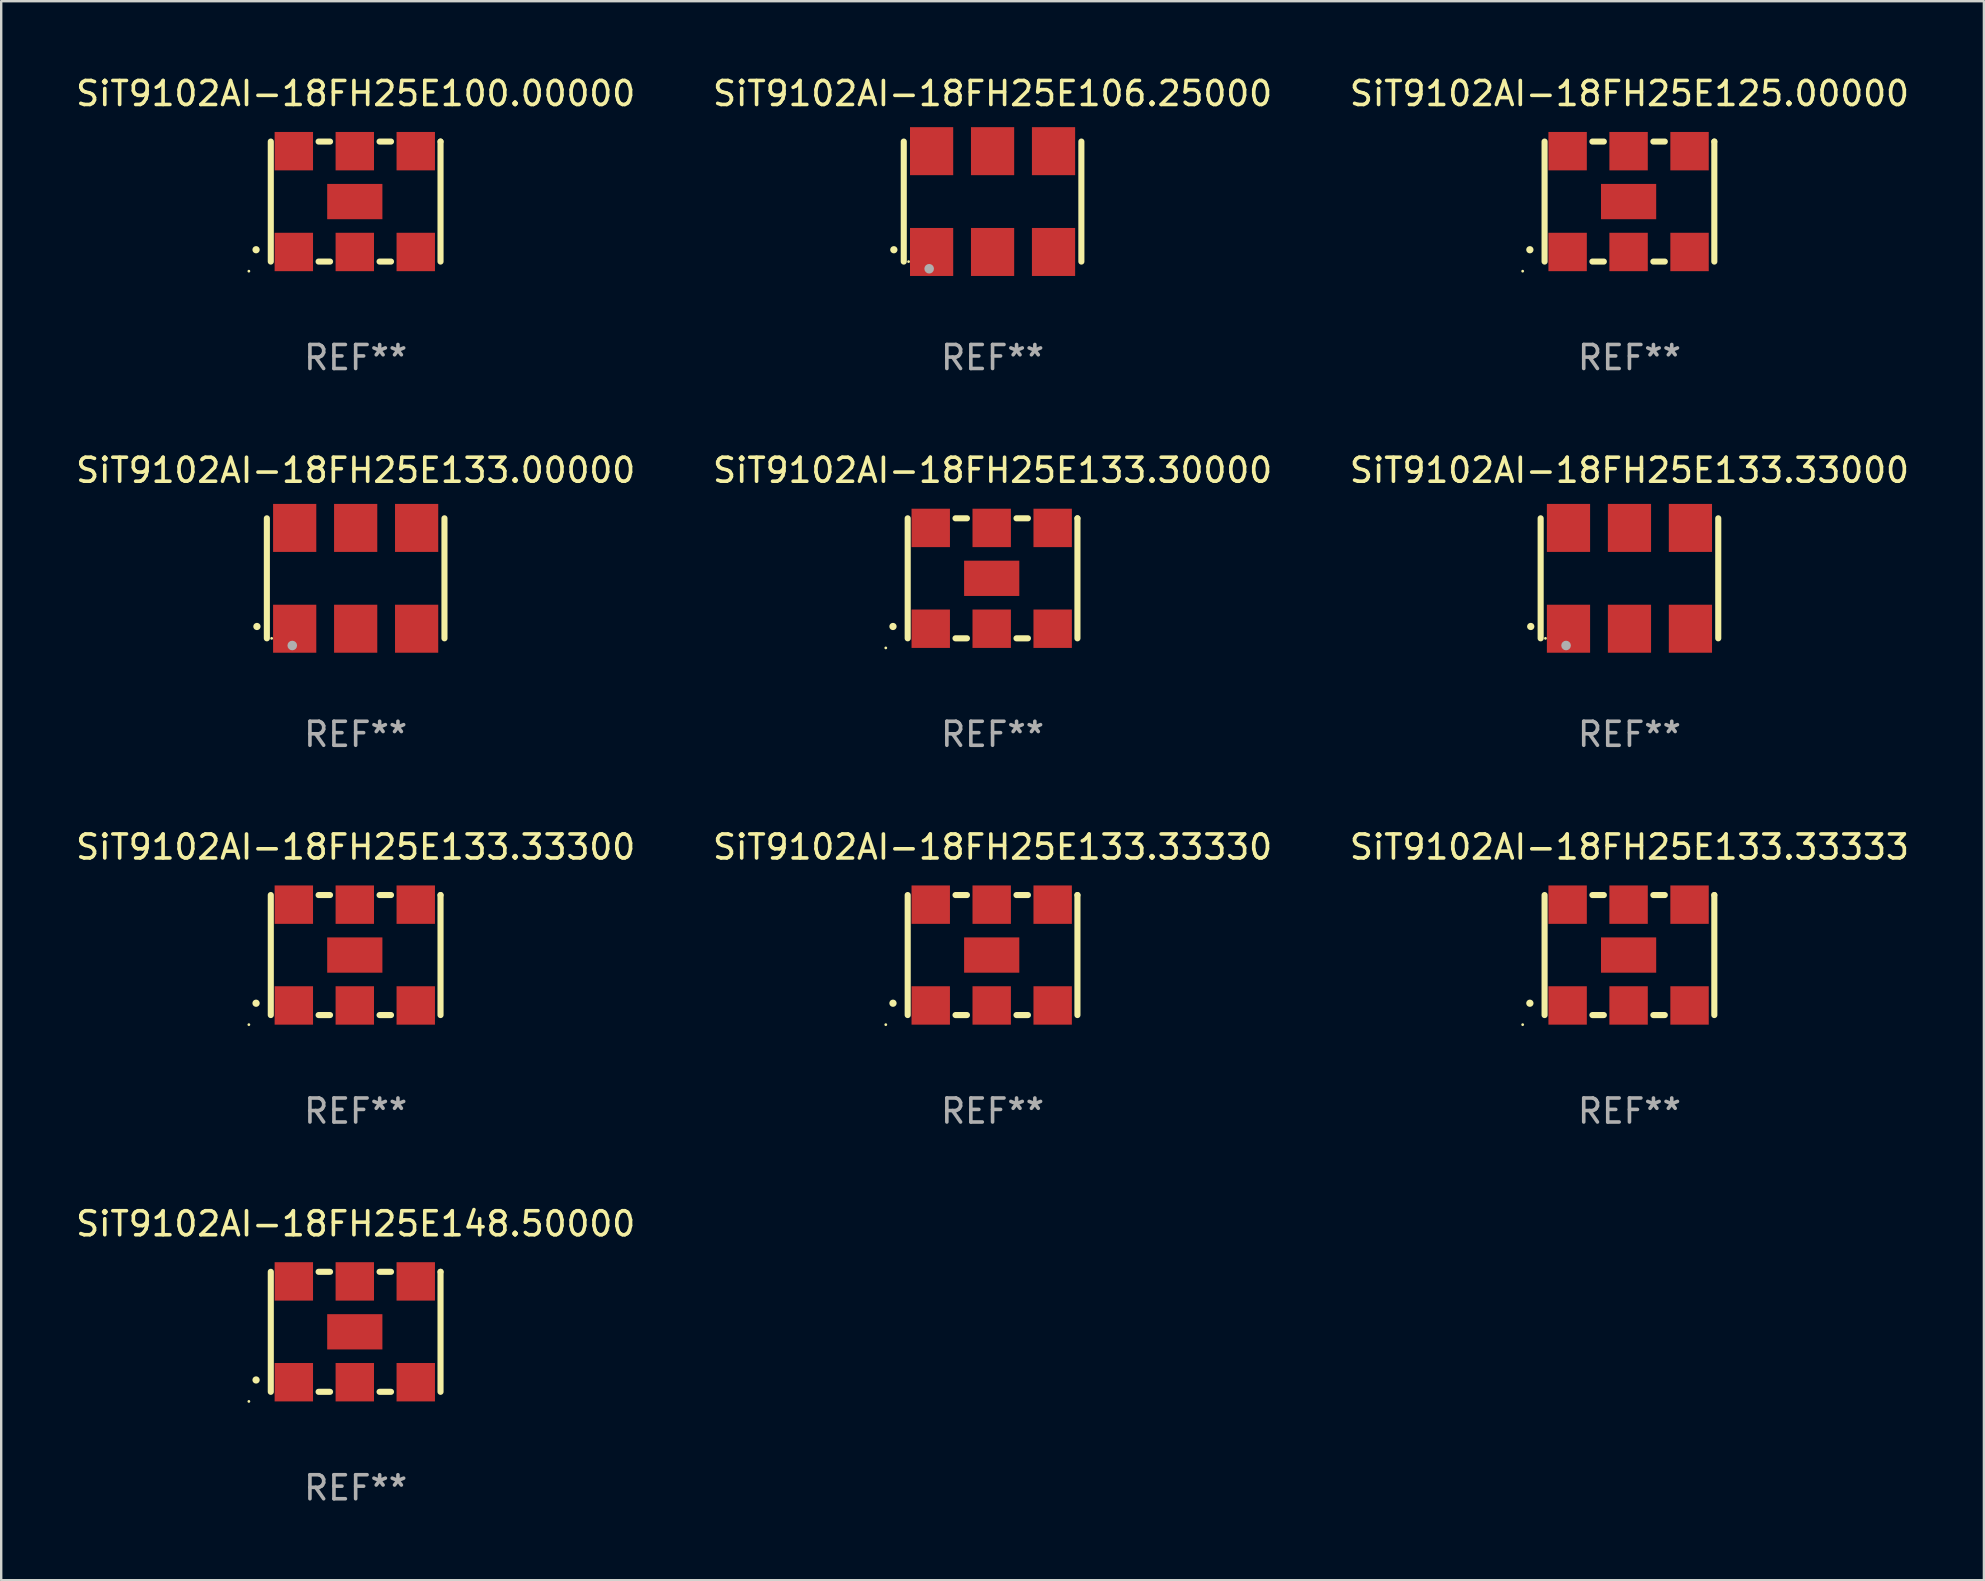
<source format=kicad_pcb>
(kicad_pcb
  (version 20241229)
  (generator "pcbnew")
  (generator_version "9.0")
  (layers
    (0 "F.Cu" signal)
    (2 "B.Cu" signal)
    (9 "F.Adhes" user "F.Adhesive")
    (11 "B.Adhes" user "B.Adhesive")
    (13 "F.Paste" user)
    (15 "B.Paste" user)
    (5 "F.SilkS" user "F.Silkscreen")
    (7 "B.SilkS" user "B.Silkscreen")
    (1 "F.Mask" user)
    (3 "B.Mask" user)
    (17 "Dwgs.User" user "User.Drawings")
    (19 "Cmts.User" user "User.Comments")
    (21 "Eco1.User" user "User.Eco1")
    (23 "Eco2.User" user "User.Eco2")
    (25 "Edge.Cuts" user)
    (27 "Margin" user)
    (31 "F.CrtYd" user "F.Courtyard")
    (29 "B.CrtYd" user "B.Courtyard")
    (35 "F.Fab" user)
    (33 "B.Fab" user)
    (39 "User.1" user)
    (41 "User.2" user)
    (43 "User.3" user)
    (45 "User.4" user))
  (footprint "SiT9102AI-18FH25E133.00000"
    (layer "F.Cu")
    (at 11.768 21.045)
    (property "Reference" "SiT9102AI-18FH25E133.00000" (at 0 -4.5 0) (layer "F.SilkS") (effects (font (size 1 1) (thickness 0.15))))
    (attr through_hole)
    (fp_line (start -3.7 -2.5) (end -3.7 2.5) (stroke (width 0.254) (type solid)) (layer "F.SilkS"))
    (fp_line (start 3.7 -2.5) (end 3.7 2.5) (stroke (width 0.254) (type solid)) (layer "F.SilkS"))
    (fp_arc (start -4.114415 2.006604) (mid -4.113145 2.006599) (end -4.111875 2.006604) (stroke (width 0.3) (type solid)) (layer "F.SilkS"))
    (fp_circle (center -3.5 2.501) (end -3.47 2.501) (stroke (width 0.06) (type solid)) (fill no) (layer "F.SilkS"))
    (fp_circle (center -2.641 2.799) (end -2.541 2.799) (stroke (width 0.2) (type solid)) (fill no) (layer "F.Fab"))
    (fp_text user "REF**" (at 0 6.5 0) (layer "F.Fab") (effects (font (size 1 1) (thickness 0.15))))
    (pad "1" smd rect (at -2.54 2.1) (size 1.8 2) (layers "F.Cu" "F.Mask" "F.Paste"))
    (pad "2" smd rect (at 0.000394 2.1) (size 1.8 2) (layers "F.Cu" "F.Mask" "F.Paste"))
    (pad "3" smd rect (at 2.54 2.1) (size 1.8 2) (layers "F.Cu" "F.Mask" "F.Paste"))
    (pad "4" smd rect (at 2.54 -2.1) (size 1.8 2) (layers "F.Cu" "F.Mask" "F.Paste"))
    (pad "5" smd rect (at 0.000394 -2.1) (size 1.8 2) (layers "F.Cu" "F.Mask" "F.Paste"))
    (pad "6" smd rect (at -2.54 -2.1) (size 1.8 2) (layers "F.Cu" "F.Mask" "F.Paste")))
  (footprint "SiT9102AI-18FH25E148.50000"
    (layer "F.Cu")
    (at 11.768 52.438)
    (property "Reference" "SiT9102AI-18FH25E148.50000" (at 0 -4.5 0) (layer "F.SilkS") (effects (font (size 1 1) (thickness 0.15))))
    (attr through_hole)
    (fp_line (start -3.536 -2.5) (end -3.536 2.5) (stroke (width 0.254) (type solid)) (layer "F.SilkS"))
    (fp_line (start -1.544 2.5) (end -1.067 2.5) (stroke (width 0.254) (type solid)) (layer "F.SilkS"))
    (fp_line (start -1.067 -2.5) (end -1.544 -2.5) (stroke (width 0.254) (type solid)) (layer "F.SilkS"))
    (fp_line (start 0.996 2.5) (end 1.473 2.5) (stroke (width 0.254) (type solid)) (layer "F.SilkS"))
    (fp_line (start 1.473 -2.5) (end 0.996 -2.5) (stroke (width 0.254) (type solid)) (layer "F.SilkS"))
    (fp_line (start 3.536 -2.5) (end 3.536 -2.5) (stroke (width 0.254) (type solid)) (layer "F.SilkS"))
    (fp_line (start 3.536 2.5) (end 3.536 -2.5) (stroke (width 0.254) (type solid)) (layer "F.SilkS"))
    (fp_arc (start -4.150432 2.006604) (mid -4.149162 2.006599) (end -4.147892 2.006604) (stroke (width 0.3) (type solid)) (layer "F.SilkS"))
    (fp_circle (center -4.449 2.9) (end -4.419 2.9) (stroke (width 0.06) (type solid)) (fill no) (layer "F.SilkS"))
    (fp_text user "REF**" (at 0 6.5 0) (layer "F.Fab") (effects (font (size 1 1) (thickness 0.15))))
    (pad "1" smd rect (at -2.576 2.1) (size 1.6 1.6) (layers "F.Cu" "F.Mask" "F.Paste"))
    (pad "2" smd rect (at -0.036 2.1) (size 1.6 1.6) (layers "F.Cu" "F.Mask" "F.Paste"))
    (pad "3" smd rect (at 2.504 2.1) (size 1.6 1.6) (layers "F.Cu" "F.Mask" "F.Paste"))
    (pad "4" smd rect (at 2.504 -2.1) (size 1.6 1.6) (layers "F.Cu" "F.Mask" "F.Paste"))
    (pad "5" smd rect (at -0.036 -2.1) (size 1.6 1.6) (layers "F.Cu" "F.Mask" "F.Paste"))
    (pad "6" smd rect (at -2.576 -2.1) (size 1.6 1.6) (layers "F.Cu" "F.Mask" "F.Paste"))
    (pad "7" smd rect (at -0.036 0) (size 2.3 1.47) (layers "F.Cu" "F.Mask" "F.Paste")))
  (footprint "SiT9102AI-18FH25E133.33300"
    (layer "F.Cu")
    (at 11.768 36.741)
    (property "Reference" "SiT9102AI-18FH25E133.33300" (at 0 -4.5 0) (layer "F.SilkS") (effects (font (size 1 1) (thickness 0.15))))
    (attr through_hole)
    (fp_line (start -3.536 -2.5) (end -3.536 2.5) (stroke (width 0.254) (type solid)) (layer "F.SilkS"))
    (fp_line (start -1.544 2.5) (end -1.067 2.5) (stroke (width 0.254) (type solid)) (layer "F.SilkS"))
    (fp_line (start -1.067 -2.5) (end -1.544 -2.5) (stroke (width 0.254) (type solid)) (layer "F.SilkS"))
    (fp_line (start 0.996 2.5) (end 1.473 2.5) (stroke (width 0.254) (type solid)) (layer "F.SilkS"))
    (fp_line (start 1.473 -2.5) (end 0.996 -2.5) (stroke (width 0.254) (type solid)) (layer "F.SilkS"))
    (fp_line (start 3.536 -2.5) (end 3.536 -2.5) (stroke (width 0.254) (type solid)) (layer "F.SilkS"))
    (fp_line (start 3.536 2.5) (end 3.536 -2.5) (stroke (width 0.254) (type solid)) (layer "F.SilkS"))
    (fp_arc (start -4.150432 2.006604) (mid -4.149162 2.006599) (end -4.147892 2.006604) (stroke (width 0.3) (type solid)) (layer "F.SilkS"))
    (fp_circle (center -4.449 2.9) (end -4.419 2.9) (stroke (width 0.06) (type solid)) (fill no) (layer "F.SilkS"))
    (fp_text user "REF**" (at 0 6.5 0) (layer "F.Fab") (effects (font (size 1 1) (thickness 0.15))))
    (pad "1" smd rect (at -2.576 2.1) (size 1.6 1.6) (layers "F.Cu" "F.Mask" "F.Paste"))
    (pad "2" smd rect (at -0.036 2.1) (size 1.6 1.6) (layers "F.Cu" "F.Mask" "F.Paste"))
    (pad "3" smd rect (at 2.504 2.1) (size 1.6 1.6) (layers "F.Cu" "F.Mask" "F.Paste"))
    (pad "4" smd rect (at 2.504 -2.1) (size 1.6 1.6) (layers "F.Cu" "F.Mask" "F.Paste"))
    (pad "5" smd rect (at -0.036 -2.1) (size 1.6 1.6) (layers "F.Cu" "F.Mask" "F.Paste"))
    (pad "6" smd rect (at -2.576 -2.1) (size 1.6 1.6) (layers "F.Cu" "F.Mask" "F.Paste"))
    (pad "7" smd rect (at -0.036 0) (size 2.3 1.47) (layers "F.Cu" "F.Mask" "F.Paste")))
  (footprint "SiT9102AI-18FH25E133.33000"
    (layer "F.Cu")
    (at 64.839 21.045)
    (property "Reference" "SiT9102AI-18FH25E133.33000" (at 0 -4.5 0) (layer "F.SilkS") (effects (font (size 1 1) (thickness 0.15))))
    (attr through_hole)
    (fp_line (start -3.7 -2.5) (end -3.7 2.5) (stroke (width 0.254) (type solid)) (layer "F.SilkS"))
    (fp_line (start 3.7 -2.5) (end 3.7 2.5) (stroke (width 0.254) (type solid)) (layer "F.SilkS"))
    (fp_arc (start -4.114415 2.006604) (mid -4.113145 2.006599) (end -4.111875 2.006604) (stroke (width 0.3) (type solid)) (layer "F.SilkS"))
    (fp_circle (center -3.5 2.501) (end -3.47 2.501) (stroke (width 0.06) (type solid)) (fill no) (layer "F.SilkS"))
    (fp_circle (center -2.641 2.799) (end -2.541 2.799) (stroke (width 0.2) (type solid)) (fill no) (layer "F.Fab"))
    (fp_text user "REF**" (at 0 6.5 0) (layer "F.Fab") (effects (font (size 1 1) (thickness 0.15))))
    (pad "1" smd rect (at -2.54 2.1) (size 1.8 2) (layers "F.Cu" "F.Mask" "F.Paste"))
    (pad "2" smd rect (at 0.000394 2.1) (size 1.8 2) (layers "F.Cu" "F.Mask" "F.Paste"))
    (pad "3" smd rect (at 2.54 2.1) (size 1.8 2) (layers "F.Cu" "F.Mask" "F.Paste"))
    (pad "4" smd rect (at 2.54 -2.1) (size 1.8 2) (layers "F.Cu" "F.Mask" "F.Paste"))
    (pad "5" smd rect (at 0.000394 -2.1) (size 1.8 2) (layers "F.Cu" "F.Mask" "F.Paste"))
    (pad "6" smd rect (at -2.54 -2.1) (size 1.8 2) (layers "F.Cu" "F.Mask" "F.Paste")))
  (footprint "SiT9102AI-18FH25E133.33333"
    (layer "F.Cu")
    (at 64.839 36.741)
    (property "Reference" "SiT9102AI-18FH25E133.33333" (at 0 -4.5 0) (layer "F.SilkS") (effects (font (size 1 1) (thickness 0.15))))
    (attr through_hole)
    (fp_line (start -3.536 -2.5) (end -3.536 2.5) (stroke (width 0.254) (type solid)) (layer "F.SilkS"))
    (fp_line (start -1.544 2.5) (end -1.067 2.5) (stroke (width 0.254) (type solid)) (layer "F.SilkS"))
    (fp_line (start -1.067 -2.5) (end -1.544 -2.5) (stroke (width 0.254) (type solid)) (layer "F.SilkS"))
    (fp_line (start 0.996 2.5) (end 1.473 2.5) (stroke (width 0.254) (type solid)) (layer "F.SilkS"))
    (fp_line (start 1.473 -2.5) (end 0.996 -2.5) (stroke (width 0.254) (type solid)) (layer "F.SilkS"))
    (fp_line (start 3.536 -2.5) (end 3.536 -2.5) (stroke (width 0.254) (type solid)) (layer "F.SilkS"))
    (fp_line (start 3.536 2.5) (end 3.536 -2.5) (stroke (width 0.254) (type solid)) (layer "F.SilkS"))
    (fp_arc (start -4.150432 2.006604) (mid -4.149162 2.006599) (end -4.147892 2.006604) (stroke (width 0.3) (type solid)) (layer "F.SilkS"))
    (fp_circle (center -4.449 2.9) (end -4.419 2.9) (stroke (width 0.06) (type solid)) (fill no) (layer "F.SilkS"))
    (fp_text user "REF**" (at 0 6.5 0) (layer "F.Fab") (effects (font (size 1 1) (thickness 0.15))))
    (pad "1" smd rect (at -2.576 2.1) (size 1.6 1.6) (layers "F.Cu" "F.Mask" "F.Paste"))
    (pad "2" smd rect (at -0.036 2.1) (size 1.6 1.6) (layers "F.Cu" "F.Mask" "F.Paste"))
    (pad "3" smd rect (at 2.504 2.1) (size 1.6 1.6) (layers "F.Cu" "F.Mask" "F.Paste"))
    (pad "4" smd rect (at 2.504 -2.1) (size 1.6 1.6) (layers "F.Cu" "F.Mask" "F.Paste"))
    (pad "5" smd rect (at -0.036 -2.1) (size 1.6 1.6) (layers "F.Cu" "F.Mask" "F.Paste"))
    (pad "6" smd rect (at -2.576 -2.1) (size 1.6 1.6) (layers "F.Cu" "F.Mask" "F.Paste"))
    (pad "7" smd rect (at -0.036 0) (size 2.3 1.47) (layers "F.Cu" "F.Mask" "F.Paste")))
  (footprint "SiT9102AI-18FH25E125.00000"
    (layer "F.Cu")
    (at 64.839 5.348)
    (property "Reference" "SiT9102AI-18FH25E125.00000" (at 0 -4.5 0) (layer "F.SilkS") (effects (font (size 1 1) (thickness 0.15))))
    (attr through_hole)
    (fp_line (start -3.536 -2.5) (end -3.536 2.5) (stroke (width 0.254) (type solid)) (layer "F.SilkS"))
    (fp_line (start -1.544 2.5) (end -1.067 2.5) (stroke (width 0.254) (type solid)) (layer "F.SilkS"))
    (fp_line (start -1.067 -2.5) (end -1.544 -2.5) (stroke (width 0.254) (type solid)) (layer "F.SilkS"))
    (fp_line (start 0.996 2.5) (end 1.473 2.5) (stroke (width 0.254) (type solid)) (layer "F.SilkS"))
    (fp_line (start 1.473 -2.5) (end 0.996 -2.5) (stroke (width 0.254) (type solid)) (layer "F.SilkS"))
    (fp_line (start 3.536 -2.5) (end 3.536 -2.5) (stroke (width 0.254) (type solid)) (layer "F.SilkS"))
    (fp_line (start 3.536 2.5) (end 3.536 -2.5) (stroke (width 0.254) (type solid)) (layer "F.SilkS"))
    (fp_arc (start -4.150432 2.006604) (mid -4.149162 2.006599) (end -4.147892 2.006604) (stroke (width 0.3) (type solid)) (layer "F.SilkS"))
    (fp_circle (center -4.449 2.9) (end -4.419 2.9) (stroke (width 0.06) (type solid)) (fill no) (layer "F.SilkS"))
    (fp_text user "REF**" (at 0 6.5 0) (layer "F.Fab") (effects (font (size 1 1) (thickness 0.15))))
    (pad "1" smd rect (at -2.576 2.1) (size 1.6 1.6) (layers "F.Cu" "F.Mask" "F.Paste"))
    (pad "2" smd rect (at -0.036 2.1) (size 1.6 1.6) (layers "F.Cu" "F.Mask" "F.Paste"))
    (pad "3" smd rect (at 2.504 2.1) (size 1.6 1.6) (layers "F.Cu" "F.Mask" "F.Paste"))
    (pad "4" smd rect (at 2.504 -2.1) (size 1.6 1.6) (layers "F.Cu" "F.Mask" "F.Paste"))
    (pad "5" smd rect (at -0.036 -2.1) (size 1.6 1.6) (layers "F.Cu" "F.Mask" "F.Paste"))
    (pad "6" smd rect (at -2.576 -2.1) (size 1.6 1.6) (layers "F.Cu" "F.Mask" "F.Paste"))
    (pad "7" smd rect (at -0.036 0) (size 2.3 1.47) (layers "F.Cu" "F.Mask" "F.Paste")))
  (footprint "SiT9102AI-18FH25E100.00000"
    (layer "F.Cu")
    (at 11.768 5.348)
    (property "Reference" "SiT9102AI-18FH25E100.00000" (at 0 -4.5 0) (layer "F.SilkS") (effects (font (size 1 1) (thickness 0.15))))
    (attr through_hole)
    (fp_line (start -3.536 -2.5) (end -3.536 2.5) (stroke (width 0.254) (type solid)) (layer "F.SilkS"))
    (fp_line (start -1.544 2.5) (end -1.067 2.5) (stroke (width 0.254) (type solid)) (layer "F.SilkS"))
    (fp_line (start -1.067 -2.5) (end -1.544 -2.5) (stroke (width 0.254) (type solid)) (layer "F.SilkS"))
    (fp_line (start 0.996 2.5) (end 1.473 2.5) (stroke (width 0.254) (type solid)) (layer "F.SilkS"))
    (fp_line (start 1.473 -2.5) (end 0.996 -2.5) (stroke (width 0.254) (type solid)) (layer "F.SilkS"))
    (fp_line (start 3.536 -2.5) (end 3.536 -2.5) (stroke (width 0.254) (type solid)) (layer "F.SilkS"))
    (fp_line (start 3.536 2.5) (end 3.536 -2.5) (stroke (width 0.254) (type solid)) (layer "F.SilkS"))
    (fp_arc (start -4.150432 2.006604) (mid -4.149162 2.006599) (end -4.147892 2.006604) (stroke (width 0.3) (type solid)) (layer "F.SilkS"))
    (fp_circle (center -4.449 2.9) (end -4.419 2.9) (stroke (width 0.06) (type solid)) (fill no) (layer "F.SilkS"))
    (fp_text user "REF**" (at 0 6.5 0) (layer "F.Fab") (effects (font (size 1 1) (thickness 0.15))))
    (pad "1" smd rect (at -2.576 2.1) (size 1.6 1.6) (layers "F.Cu" "F.Mask" "F.Paste"))
    (pad "2" smd rect (at -0.036 2.1) (size 1.6 1.6) (layers "F.Cu" "F.Mask" "F.Paste"))
    (pad "3" smd rect (at 2.504 2.1) (size 1.6 1.6) (layers "F.Cu" "F.Mask" "F.Paste"))
    (pad "4" smd rect (at 2.504 -2.1) (size 1.6 1.6) (layers "F.Cu" "F.Mask" "F.Paste"))
    (pad "5" smd rect (at -0.036 -2.1) (size 1.6 1.6) (layers "F.Cu" "F.Mask" "F.Paste"))
    (pad "6" smd rect (at -2.576 -2.1) (size 1.6 1.6) (layers "F.Cu" "F.Mask" "F.Paste"))
    (pad "7" smd rect (at -0.036 0) (size 2.3 1.47) (layers "F.Cu" "F.Mask" "F.Paste")))
  (footprint "SiT9102AI-18FH25E133.33330"
    (layer "F.Cu")
    (at 38.304 36.741)
    (property "Reference" "SiT9102AI-18FH25E133.33330" (at 0 -4.5 0) (layer "F.SilkS") (effects (font (size 1 1) (thickness 0.15))))
    (attr through_hole)
    (fp_line (start -3.536 -2.5) (end -3.536 2.5) (stroke (width 0.254) (type solid)) (layer "F.SilkS"))
    (fp_line (start -1.544 2.5) (end -1.067 2.5) (stroke (width 0.254) (type solid)) (layer "F.SilkS"))
    (fp_line (start -1.067 -2.5) (end -1.544 -2.5) (stroke (width 0.254) (type solid)) (layer "F.SilkS"))
    (fp_line (start 0.996 2.5) (end 1.473 2.5) (stroke (width 0.254) (type solid)) (layer "F.SilkS"))
    (fp_line (start 1.473 -2.5) (end 0.996 -2.5) (stroke (width 0.254) (type solid)) (layer "F.SilkS"))
    (fp_line (start 3.536 -2.5) (end 3.536 -2.5) (stroke (width 0.254) (type solid)) (layer "F.SilkS"))
    (fp_line (start 3.536 2.5) (end 3.536 -2.5) (stroke (width 0.254) (type solid)) (layer "F.SilkS"))
    (fp_arc (start -4.150432 2.006604) (mid -4.149162 2.006599) (end -4.147892 2.006604) (stroke (width 0.3) (type solid)) (layer "F.SilkS"))
    (fp_circle (center -4.449 2.9) (end -4.419 2.9) (stroke (width 0.06) (type solid)) (fill no) (layer "F.SilkS"))
    (fp_text user "REF**" (at 0 6.5 0) (layer "F.Fab") (effects (font (size 1 1) (thickness 0.15))))
    (pad "1" smd rect (at -2.576 2.1) (size 1.6 1.6) (layers "F.Cu" "F.Mask" "F.Paste"))
    (pad "2" smd rect (at -0.036 2.1) (size 1.6 1.6) (layers "F.Cu" "F.Mask" "F.Paste"))
    (pad "3" smd rect (at 2.504 2.1) (size 1.6 1.6) (layers "F.Cu" "F.Mask" "F.Paste"))
    (pad "4" smd rect (at 2.504 -2.1) (size 1.6 1.6) (layers "F.Cu" "F.Mask" "F.Paste"))
    (pad "5" smd rect (at -0.036 -2.1) (size 1.6 1.6) (layers "F.Cu" "F.Mask" "F.Paste"))
    (pad "6" smd rect (at -2.576 -2.1) (size 1.6 1.6) (layers "F.Cu" "F.Mask" "F.Paste"))
    (pad "7" smd rect (at -0.036 0) (size 2.3 1.47) (layers "F.Cu" "F.Mask" "F.Paste")))
  (footprint "SiT9102AI-18FH25E106.25000"
    (layer "F.Cu")
    (at 38.304 5.348)
    (property "Reference" "SiT9102AI-18FH25E106.25000" (at 0 -4.5 0) (layer "F.SilkS") (effects (font (size 1 1) (thickness 0.15))))
    (attr through_hole)
    (fp_line (start -3.7 -2.5) (end -3.7 2.5) (stroke (width 0.254) (type solid)) (layer "F.SilkS"))
    (fp_line (start 3.7 -2.5) (end 3.7 2.5) (stroke (width 0.254) (type solid)) (layer "F.SilkS"))
    (fp_arc (start -4.114415 2.006604) (mid -4.113145 2.006599) (end -4.111875 2.006604) (stroke (width 0.3) (type solid)) (layer "F.SilkS"))
    (fp_circle (center -3.5 2.501) (end -3.47 2.501) (stroke (width 0.06) (type solid)) (fill no) (layer "F.SilkS"))
    (fp_circle (center -2.641 2.799) (end -2.541 2.799) (stroke (width 0.2) (type solid)) (fill no) (layer "F.Fab"))
    (fp_text user "REF**" (at 0 6.5 0) (layer "F.Fab") (effects (font (size 1 1) (thickness 0.15))))
    (pad "1" smd rect (at -2.54 2.1) (size 1.8 2) (layers "F.Cu" "F.Mask" "F.Paste"))
    (pad "2" smd rect (at 0.000394 2.1) (size 1.8 2) (layers "F.Cu" "F.Mask" "F.Paste"))
    (pad "3" smd rect (at 2.54 2.1) (size 1.8 2) (layers "F.Cu" "F.Mask" "F.Paste"))
    (pad "4" smd rect (at 2.54 -2.1) (size 1.8 2) (layers "F.Cu" "F.Mask" "F.Paste"))
    (pad "5" smd rect (at 0.000394 -2.1) (size 1.8 2) (layers "F.Cu" "F.Mask" "F.Paste"))
    (pad "6" smd rect (at -2.54 -2.1) (size 1.8 2) (layers "F.Cu" "F.Mask" "F.Paste")))
  (footprint "SiT9102AI-18FH25E133.30000"
    (layer "F.Cu")
    (at 38.304 21.045)
    (property "Reference" "SiT9102AI-18FH25E133.30000" (at 0 -4.5 0) (layer "F.SilkS") (effects (font (size 1 1) (thickness 0.15))))
    (attr through_hole)
    (fp_line (start -3.536 -2.5) (end -3.536 2.5) (stroke (width 0.254) (type solid)) (layer "F.SilkS"))
    (fp_line (start -1.544 2.5) (end -1.067 2.5) (stroke (width 0.254) (type solid)) (layer "F.SilkS"))
    (fp_line (start -1.067 -2.5) (end -1.544 -2.5) (stroke (width 0.254) (type solid)) (layer "F.SilkS"))
    (fp_line (start 0.996 2.5) (end 1.473 2.5) (stroke (width 0.254) (type solid)) (layer "F.SilkS"))
    (fp_line (start 1.473 -2.5) (end 0.996 -2.5) (stroke (width 0.254) (type solid)) (layer "F.SilkS"))
    (fp_line (start 3.536 -2.5) (end 3.536 -2.5) (stroke (width 0.254) (type solid)) (layer "F.SilkS"))
    (fp_line (start 3.536 2.5) (end 3.536 -2.5) (stroke (width 0.254) (type solid)) (layer "F.SilkS"))
    (fp_arc (start -4.150432 2.006604) (mid -4.149162 2.006599) (end -4.147892 2.006604) (stroke (width 0.3) (type solid)) (layer "F.SilkS"))
    (fp_circle (center -4.449 2.9) (end -4.419 2.9) (stroke (width 0.06) (type solid)) (fill no) (layer "F.SilkS"))
    (fp_text user "REF**" (at 0 6.5 0) (layer "F.Fab") (effects (font (size 1 1) (thickness 0.15))))
    (pad "1" smd rect (at -2.576 2.1) (size 1.6 1.6) (layers "F.Cu" "F.Mask" "F.Paste"))
    (pad "2" smd rect (at -0.036 2.1) (size 1.6 1.6) (layers "F.Cu" "F.Mask" "F.Paste"))
    (pad "3" smd rect (at 2.504 2.1) (size 1.6 1.6) (layers "F.Cu" "F.Mask" "F.Paste"))
    (pad "4" smd rect (at 2.504 -2.1) (size 1.6 1.6) (layers "F.Cu" "F.Mask" "F.Paste"))
    (pad "5" smd rect (at -0.036 -2.1) (size 1.6 1.6) (layers "F.Cu" "F.Mask" "F.Paste"))
    (pad "6" smd rect (at -2.576 -2.1) (size 1.6 1.6) (layers "F.Cu" "F.Mask" "F.Paste"))
    (pad "7" smd rect (at -0.036 0) (size 2.3 1.47) (layers "F.Cu" "F.Mask" "F.Paste")))
  (gr_rect
    (start -3 -3)
    (end 79.607 62.786)
    (stroke (width 0.1) (type default))
    (fill no)
    (layer "Edge.Cuts")))
</source>
